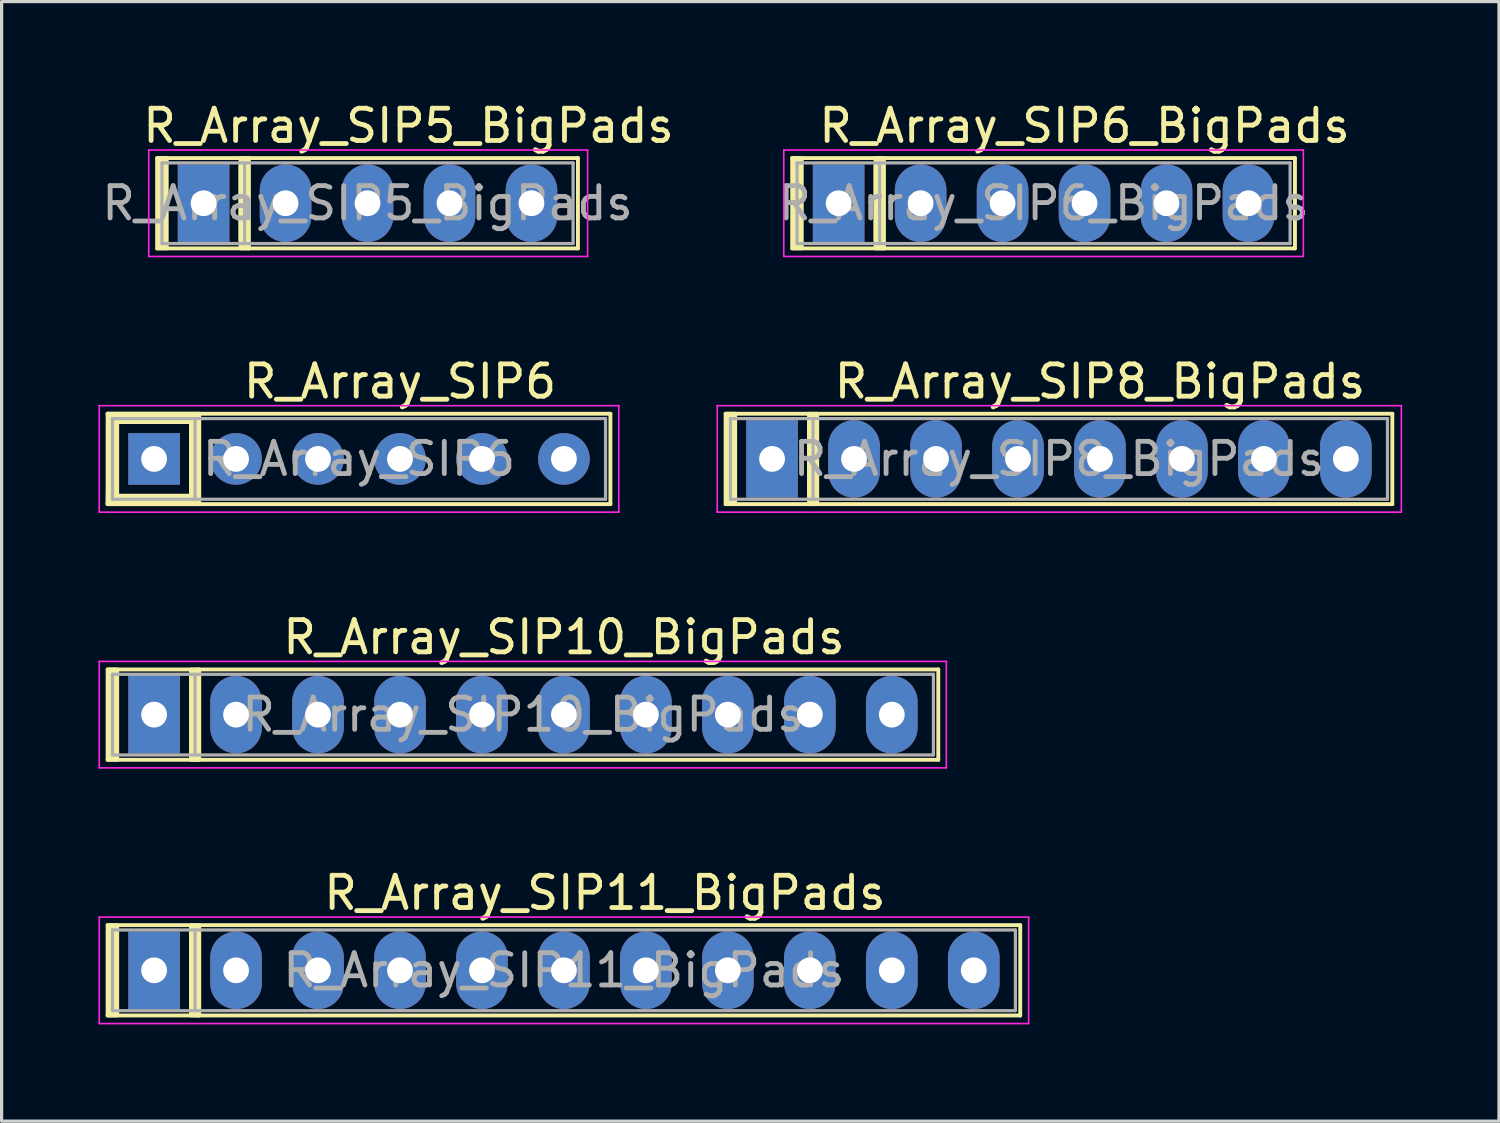
<source format=kicad_pcb>
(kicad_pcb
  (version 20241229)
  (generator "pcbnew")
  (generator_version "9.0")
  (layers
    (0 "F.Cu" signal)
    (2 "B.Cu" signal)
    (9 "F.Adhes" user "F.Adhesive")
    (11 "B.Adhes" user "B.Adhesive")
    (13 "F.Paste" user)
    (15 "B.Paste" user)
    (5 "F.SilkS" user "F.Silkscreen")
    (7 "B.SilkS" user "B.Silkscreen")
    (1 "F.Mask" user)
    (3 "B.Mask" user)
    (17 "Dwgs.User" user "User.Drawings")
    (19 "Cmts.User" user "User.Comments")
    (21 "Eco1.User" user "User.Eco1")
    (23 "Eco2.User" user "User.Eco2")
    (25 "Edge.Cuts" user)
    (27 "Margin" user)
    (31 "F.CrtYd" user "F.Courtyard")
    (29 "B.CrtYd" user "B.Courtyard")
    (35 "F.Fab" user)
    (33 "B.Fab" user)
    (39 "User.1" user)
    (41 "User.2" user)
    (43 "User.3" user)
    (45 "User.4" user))
  (footprint "R_Array_SIP6_BigPads"
    (layer "F.Cu")
    (at 22.938 3.248)
    (property "Reference" "R_Array_SIP6_BigPads" (at 7.62 -2.4 0) (layer "F.SilkS") (effects (font (size 1 1) (thickness 0.15))))
    (attr through_hole)
    (fp_line (start -1.44 -1.4) (end -1.44 1.4) (stroke (width 0.12) (type solid)) (layer "F.SilkS"))
    (fp_line (start -1.44 1.4) (end 14.14 1.4) (stroke (width 0.12) (type solid)) (layer "F.SilkS"))
    (fp_line (start 1.143 -1.143) (end 1.143 1.143) (stroke (width 0.12) (type solid)) (layer "F.SilkS"))
    (fp_line (start 1.397 -1.4) (end 1.397 1.4) (stroke (width 0.12) (type solid)) (layer "F.SilkS"))
    (fp_line (start 14.14 -1.4) (end -1.44 -1.4) (stroke (width 0.12) (type solid)) (layer "F.SilkS"))
    (fp_line (start 14.14 1.4) (end 14.14 -1.4) (stroke (width 0.12) (type solid)) (layer "F.SilkS"))
    (fp_rect (start -1.397 -1.4) (end -1.143 1.397) (stroke (width 0.12) (type solid)) (fill yes) (layer "F.SilkS"))
    (fp_rect (start 1.143 -1.397) (end 1.397 1.4) (stroke (width 0.12) (type solid)) (fill yes) (layer "F.SilkS"))
    (fp_line (start -1.7 -1.65) (end -1.7 1.65) (stroke (width 0.05) (type solid)) (layer "F.CrtYd"))
    (fp_line (start -1.7 1.65) (end 14.4 1.65) (stroke (width 0.05) (type solid)) (layer "F.CrtYd"))
    (fp_line (start 14.4 -1.65) (end -1.7 -1.65) (stroke (width 0.05) (type solid)) (layer "F.CrtYd"))
    (fp_line (start 14.4 1.65) (end 14.4 -1.65) (stroke (width 0.05) (type solid)) (layer "F.CrtYd"))
    (fp_line (start -1.29 -1.25) (end -1.29 1.25) (stroke (width 0.1) (type solid)) (layer "F.Fab"))
    (fp_line (start -1.29 1.25) (end 13.99 1.25) (stroke (width 0.1) (type solid)) (layer "F.Fab"))
    (fp_line (start 1.27 -1.25) (end 1.27 1.25) (stroke (width 0.1) (type solid)) (layer "F.Fab"))
    (fp_line (start 13.99 -1.25) (end -1.29 -1.25) (stroke (width 0.1) (type solid)) (layer "F.Fab"))
    (fp_line (start 13.99 1.25) (end 13.99 -1.25) (stroke (width 0.1) (type solid)) (layer "F.Fab"))
    (fp_text user "${REFERENCE}" (at 6.35 0 0) (layer "F.Fab") (effects (font (size 1 1) (thickness 0.15))))
    (pad "1" thru_hole rect (at 0 0) (size 1.6 2.4) (drill 0.8) (layers "*.Cu" "*.Mask"))
    (pad "2" thru_hole oval (at 2.54 0) (size 1.6 2.4) (drill 0.8) (layers "*.Cu" "*.Mask"))
    (pad "3" thru_hole oval (at 5.08 0) (size 1.6 2.4) (drill 0.8) (layers "*.Cu" "*.Mask"))
    (pad "4" thru_hole oval (at 7.62 0) (size 1.6 2.4) (drill 0.8) (layers "*.Cu" "*.Mask"))
    (pad "5" thru_hole oval (at 10.16 0) (size 1.6 2.4) (drill 0.8) (layers "*.Cu" "*.Mask"))
    (pad "6" thru_hole oval (at 12.7 0) (size 1.6 2.4) (drill 0.8) (layers "*.Cu" "*.Mask")))
  (footprint "R_Array_SIP8_BigPads"
    (layer "F.Cu")
    (at 20.875 11.171)
    (property "Reference" "R_Array_SIP8_BigPads" (at 10.16 -2.4 0) (layer "F.SilkS") (effects (font (size 1 1) (thickness 0.15))))
    (attr through_hole)
    (fp_line (start -1.44 -1.4) (end -1.44 1.4) (stroke (width 0.12) (type solid)) (layer "F.SilkS"))
    (fp_line (start -1.44 1.4) (end 19.22 1.4) (stroke (width 0.12) (type solid)) (layer "F.SilkS"))
    (fp_line (start 1.143 -1.143) (end 1.143 1.143) (stroke (width 0.12) (type solid)) (layer "F.SilkS"))
    (fp_line (start 1.397 -1.4) (end 1.397 1.4) (stroke (width 0.12) (type solid)) (layer "F.SilkS"))
    (fp_line (start 19.22 -1.4) (end -1.44 -1.4) (stroke (width 0.12) (type solid)) (layer "F.SilkS"))
    (fp_line (start 19.22 1.4) (end 19.22 -1.4) (stroke (width 0.12) (type solid)) (layer "F.SilkS"))
    (fp_rect (start -1.397 -1.4) (end -1.143 1.397) (stroke (width 0.12) (type solid)) (fill yes) (layer "F.SilkS"))
    (fp_rect (start 1.143 -1.397) (end 1.397 1.4) (stroke (width 0.12) (type solid)) (fill yes) (layer "F.SilkS"))
    (fp_line (start -1.7 -1.65) (end -1.7 1.65) (stroke (width 0.05) (type solid)) (layer "F.CrtYd"))
    (fp_line (start -1.7 1.65) (end 19.5 1.65) (stroke (width 0.05) (type solid)) (layer "F.CrtYd"))
    (fp_line (start 19.5 -1.65) (end -1.7 -1.65) (stroke (width 0.05) (type solid)) (layer "F.CrtYd"))
    (fp_line (start 19.5 1.65) (end 19.5 -1.65) (stroke (width 0.05) (type solid)) (layer "F.CrtYd"))
    (fp_line (start -1.29 -1.25) (end -1.29 1.25) (stroke (width 0.1) (type solid)) (layer "F.Fab"))
    (fp_line (start -1.29 1.25) (end 19.07 1.25) (stroke (width 0.1) (type solid)) (layer "F.Fab"))
    (fp_line (start 1.27 -1.25) (end 1.27 1.25) (stroke (width 0.1) (type solid)) (layer "F.Fab"))
    (fp_line (start 19.07 -1.25) (end -1.29 -1.25) (stroke (width 0.1) (type solid)) (layer "F.Fab"))
    (fp_line (start 19.07 1.25) (end 19.07 -1.25) (stroke (width 0.1) (type solid)) (layer "F.Fab"))
    (fp_text user "${REFERENCE}" (at 8.89 0 0) (layer "F.Fab") (effects (font (size 1 1) (thickness 0.15))))
    (pad "1" thru_hole rect (at 0 0) (size 1.6 2.4) (drill 0.8) (layers "*.Cu" "*.Mask"))
    (pad "2" thru_hole oval (at 2.54 0) (size 1.6 2.4) (drill 0.8) (layers "*.Cu" "*.Mask"))
    (pad "3" thru_hole oval (at 5.08 0) (size 1.6 2.4) (drill 0.8) (layers "*.Cu" "*.Mask"))
    (pad "4" thru_hole oval (at 7.62 0) (size 1.6 2.4) (drill 0.8) (layers "*.Cu" "*.Mask"))
    (pad "5" thru_hole oval (at 10.16 0) (size 1.6 2.4) (drill 0.8) (layers "*.Cu" "*.Mask"))
    (pad "6" thru_hole oval (at 12.7 0) (size 1.6 2.4) (drill 0.8) (layers "*.Cu" "*.Mask"))
    (pad "7" thru_hole oval (at 15.24 0) (size 1.6 2.4) (drill 0.8) (layers "*.Cu" "*.Mask"))
    (pad "8" thru_hole oval (at 17.78 0) (size 1.6 2.4) (drill 0.8) (layers "*.Cu" "*.Mask")))
  (footprint "R_Array_SIP5_BigPads"
    (layer "F.Cu")
    (at 3.259 3.248)
    (property "Reference" "R_Array_SIP5_BigPads" (at 6.35 -2.4 0) (layer "F.SilkS") (effects (font (size 1 1) (thickness 0.15))))
    (attr through_hole)
    (fp_line (start -1.44 -1.4) (end -1.44 1.4) (stroke (width 0.12) (type solid)) (layer "F.SilkS"))
    (fp_line (start -1.44 1.4) (end 11.6 1.4) (stroke (width 0.12) (type solid)) (layer "F.SilkS"))
    (fp_line (start 1.143 -1.143) (end 1.143 1.143) (stroke (width 0.12) (type solid)) (layer "F.SilkS"))
    (fp_line (start 1.397 -1.4) (end 1.397 1.4) (stroke (width 0.12) (type solid)) (layer "F.SilkS"))
    (fp_line (start 11.6 -1.4) (end -1.44 -1.4) (stroke (width 0.12) (type solid)) (layer "F.SilkS"))
    (fp_line (start 11.6 1.4) (end 11.6 -1.4) (stroke (width 0.12) (type solid)) (layer "F.SilkS"))
    (fp_rect (start -1.397 -1.4) (end -1.143 1.397) (stroke (width 0.12) (type solid)) (fill yes) (layer "F.SilkS"))
    (fp_rect (start 1.143 -1.397) (end 1.397 1.4) (stroke (width 0.12) (type solid)) (fill yes) (layer "F.SilkS"))
    (fp_line (start -1.7 -1.65) (end -1.7 1.65) (stroke (width 0.05) (type solid)) (layer "F.CrtYd"))
    (fp_line (start -1.7 1.65) (end 11.9 1.65) (stroke (width 0.05) (type solid)) (layer "F.CrtYd"))
    (fp_line (start 11.9 -1.65) (end -1.7 -1.65) (stroke (width 0.05) (type solid)) (layer "F.CrtYd"))
    (fp_line (start 11.9 1.65) (end 11.9 -1.65) (stroke (width 0.05) (type solid)) (layer "F.CrtYd"))
    (fp_line (start -1.29 -1.25) (end -1.29 1.25) (stroke (width 0.1) (type solid)) (layer "F.Fab"))
    (fp_line (start -1.29 1.25) (end 11.45 1.25) (stroke (width 0.1) (type solid)) (layer "F.Fab"))
    (fp_line (start 1.27 -1.25) (end 1.27 1.25) (stroke (width 0.1) (type solid)) (layer "F.Fab"))
    (fp_line (start 11.45 -1.25) (end -1.29 -1.25) (stroke (width 0.1) (type solid)) (layer "F.Fab"))
    (fp_line (start 11.45 1.25) (end 11.45 -1.25) (stroke (width 0.1) (type solid)) (layer "F.Fab"))
    (fp_text user "${REFERENCE}" (at 5.08 0 0) (layer "F.Fab") (effects (font (size 1 1) (thickness 0.15))))
    (pad "1" thru_hole rect (at 0 0) (size 1.6 2.4) (drill 0.8) (layers "*.Cu" "*.Mask"))
    (pad "2" thru_hole oval (at 2.54 0) (size 1.6 2.4) (drill 0.8) (layers "*.Cu" "*.Mask"))
    (pad "3" thru_hole oval (at 5.08 0) (size 1.6 2.4) (drill 0.8) (layers "*.Cu" "*.Mask"))
    (pad "4" thru_hole oval (at 7.62 0) (size 1.6 2.4) (drill 0.8) (layers "*.Cu" "*.Mask"))
    (pad "5" thru_hole oval (at 10.16 0) (size 1.6 2.4) (drill 0.8) (layers "*.Cu" "*.Mask")))
  (footprint "R_Array_SIP11_BigPads"
    (layer "F.Cu")
    (at 1.725 27.018)
    (property "Reference" "R_Array_SIP11_BigPads" (at 13.97 -2.4 0) (layer "F.SilkS") (effects (font (size 1 1) (thickness 0.15))))
    (attr through_hole)
    (fp_line (start -1.44 -1.4) (end -1.44 1.4) (stroke (width 0.12) (type solid)) (layer "F.SilkS"))
    (fp_line (start -1.44 1.4) (end 26.84 1.4) (stroke (width 0.12) (type solid)) (layer "F.SilkS"))
    (fp_line (start 1.143 -1.143) (end 1.143 1.143) (stroke (width 0.12) (type solid)) (layer "F.SilkS"))
    (fp_line (start 1.397 -1.4) (end 1.397 1.4) (stroke (width 0.12) (type solid)) (layer "F.SilkS"))
    (fp_line (start 26.84 -1.4) (end -1.44 -1.4) (stroke (width 0.12) (type solid)) (layer "F.SilkS"))
    (fp_line (start 26.84 1.4) (end 26.84 -1.4) (stroke (width 0.12) (type solid)) (layer "F.SilkS"))
    (fp_rect (start -1.397 -1.397) (end -1.143 1.4) (stroke (width 0.12) (type solid)) (fill yes) (layer "F.SilkS"))
    (fp_rect (start 1.143 -1.397) (end 1.397 1.4) (stroke (width 0.12) (type solid)) (fill yes) (layer "F.SilkS"))
    (fp_line (start -1.7 -1.65) (end -1.7 1.65) (stroke (width 0.05) (type solid)) (layer "F.CrtYd"))
    (fp_line (start -1.7 1.65) (end 27.1 1.65) (stroke (width 0.05) (type solid)) (layer "F.CrtYd"))
    (fp_line (start 27.1 -1.65) (end -1.7 -1.65) (stroke (width 0.05) (type solid)) (layer "F.CrtYd"))
    (fp_line (start 27.1 1.65) (end 27.1 -1.65) (stroke (width 0.05) (type solid)) (layer "F.CrtYd"))
    (fp_line (start -1.29 -1.25) (end -1.29 1.25) (stroke (width 0.1) (type solid)) (layer "F.Fab"))
    (fp_line (start -1.29 1.25) (end 26.69 1.25) (stroke (width 0.1) (type solid)) (layer "F.Fab"))
    (fp_line (start 1.27 -1.25) (end 1.27 1.25) (stroke (width 0.1) (type solid)) (layer "F.Fab"))
    (fp_line (start 26.69 -1.25) (end -1.29 -1.25) (stroke (width 0.1) (type solid)) (layer "F.Fab"))
    (fp_line (start 26.69 1.25) (end 26.69 -1.25) (stroke (width 0.1) (type solid)) (layer "F.Fab"))
    (fp_text user "${REFERENCE}" (at 12.7 0 0) (layer "F.Fab") (effects (font (size 1 1) (thickness 0.15))))
    (pad "1" thru_hole rect (at 0 0) (size 1.6 2.4) (drill 0.8) (layers "*.Cu" "*.Mask"))
    (pad "2" thru_hole oval (at 2.54 0) (size 1.6 2.4) (drill 0.8) (layers "*.Cu" "*.Mask"))
    (pad "3" thru_hole oval (at 5.08 0) (size 1.6 2.4) (drill 0.8) (layers "*.Cu" "*.Mask"))
    (pad "4" thru_hole oval (at 7.62 0) (size 1.6 2.4) (drill 0.8) (layers "*.Cu" "*.Mask"))
    (pad "5" thru_hole oval (at 10.16 0) (size 1.6 2.4) (drill 0.8) (layers "*.Cu" "*.Mask"))
    (pad "6" thru_hole oval (at 12.7 0) (size 1.6 2.4) (drill 0.8) (layers "*.Cu" "*.Mask"))
    (pad "7" thru_hole oval (at 15.24 0) (size 1.6 2.4) (drill 0.8) (layers "*.Cu" "*.Mask"))
    (pad "8" thru_hole oval (at 17.78 0) (size 1.6 2.4) (drill 0.8) (layers "*.Cu" "*.Mask"))
    (pad "9" thru_hole oval (at 20.32 0) (size 1.6 2.4) (drill 0.8) (layers "*.Cu" "*.Mask"))
    (pad "10" thru_hole oval (at 22.86 0) (size 1.6 2.4) (drill 0.8) (layers "*.Cu" "*.Mask"))
    (pad "11" thru_hole oval (at 25.4 0) (size 1.6 2.4) (drill 0.8) (layers "*.Cu" "*.Mask")))
  (footprint "R_Array_SIP10_BigPads"
    (layer "F.Cu")
    (at 1.725 19.095)
    (property "Reference" "R_Array_SIP10_BigPads" (at 12.7 -2.4 0) (layer "F.SilkS") (effects (font (size 1 1) (thickness 0.15))))
    (attr through_hole)
    (fp_line (start -1.44 -1.4) (end -1.44 1.4) (stroke (width 0.12) (type solid)) (layer "F.SilkS"))
    (fp_line (start -1.44 1.4) (end 24.3 1.4) (stroke (width 0.12) (type solid)) (layer "F.SilkS"))
    (fp_line (start 1.397 -1.4) (end 1.397 1.4) (stroke (width 0.12) (type solid)) (layer "F.SilkS"))
    (fp_line (start 24.3 -1.4) (end -1.44 -1.4) (stroke (width 0.12) (type solid)) (layer "F.SilkS"))
    (fp_line (start 24.3 1.4) (end 24.3 -1.4) (stroke (width 0.12) (type solid)) (layer "F.SilkS"))
    (fp_rect (start -1.397 -1.4) (end -1.143 1.397) (stroke (width 0.12) (type solid)) (fill yes) (layer "F.SilkS"))
    (fp_rect (start 1.143 -1.397) (end 1.397 1.4) (stroke (width 0.12) (type solid)) (fill yes) (layer "F.SilkS"))
    (fp_line (start -1.7 -1.65) (end -1.7 1.65) (stroke (width 0.05) (type solid)) (layer "F.CrtYd"))
    (fp_line (start -1.7 1.65) (end 24.55 1.65) (stroke (width 0.05) (type solid)) (layer "F.CrtYd"))
    (fp_line (start 24.55 -1.65) (end -1.7 -1.65) (stroke (width 0.05) (type solid)) (layer "F.CrtYd"))
    (fp_line (start 24.55 1.65) (end 24.55 -1.65) (stroke (width 0.05) (type solid)) (layer "F.CrtYd"))
    (fp_line (start -1.29 -1.25) (end -1.29 1.25) (stroke (width 0.1) (type solid)) (layer "F.Fab"))
    (fp_line (start -1.29 1.25) (end 24.15 1.25) (stroke (width 0.1) (type solid)) (layer "F.Fab"))
    (fp_line (start 1.27 -1.25) (end 1.27 1.25) (stroke (width 0.1) (type solid)) (layer "F.Fab"))
    (fp_line (start 24.15 -1.25) (end -1.29 -1.25) (stroke (width 0.1) (type solid)) (layer "F.Fab"))
    (fp_line (start 24.15 1.25) (end 24.15 -1.25) (stroke (width 0.1) (type solid)) (layer "F.Fab"))
    (fp_text user "${REFERENCE}" (at 11.43 0 0) (layer "F.Fab") (effects (font (size 1 1) (thickness 0.15))))
    (pad "1" thru_hole rect (at 0 0) (size 1.6 2.4) (drill 0.8) (layers "*.Cu" "*.Mask"))
    (pad "2" thru_hole oval (at 2.54 0) (size 1.6 2.4) (drill 0.8) (layers "*.Cu" "*.Mask"))
    (pad "3" thru_hole oval (at 5.08 0) (size 1.6 2.4) (drill 0.8) (layers "*.Cu" "*.Mask"))
    (pad "4" thru_hole oval (at 7.62 0) (size 1.6 2.4) (drill 0.8) (layers "*.Cu" "*.Mask"))
    (pad "5" thru_hole oval (at 10.16 0) (size 1.6 2.4) (drill 0.8) (layers "*.Cu" "*.Mask"))
    (pad "6" thru_hole oval (at 12.7 0) (size 1.6 2.4) (drill 0.8) (layers "*.Cu" "*.Mask"))
    (pad "7" thru_hole oval (at 15.24 0) (size 1.6 2.4) (drill 0.8) (layers "*.Cu" "*.Mask"))
    (pad "8" thru_hole oval (at 17.78 0) (size 1.6 2.4) (drill 0.8) (layers "*.Cu" "*.Mask"))
    (pad "9" thru_hole oval (at 20.32 0) (size 1.6 2.4) (drill 0.8) (layers "*.Cu" "*.Mask"))
    (pad "10" thru_hole oval (at 22.86 0) (size 1.6 2.4) (drill 0.8) (layers "*.Cu" "*.Mask")))
  (footprint "R_Array_SIP6"
    (layer "F.Cu")
    (at 1.725 11.171)
    (property "Reference" "R_Array_SIP6" (at 7.62 -2.4 0) (layer "F.SilkS") (effects (font (size 1 1) (thickness 0.15))))
    (attr through_hole)
    (fp_line (start -1.44 -1.4) (end -1.44 1.4) (stroke (width 0.12) (type solid)) (layer "F.SilkS"))
    (fp_line (start -1.44 1.4) (end 14.14 1.4) (stroke (width 0.12) (type solid)) (layer "F.SilkS"))
    (fp_line (start 1.143 -1.143) (end 1.143 1.143) (stroke (width 0.12) (type solid)) (layer "F.SilkS"))
    (fp_line (start 1.143 1.143) (end -1.143 1.143) (stroke (width 0.12) (type solid)) (layer "F.SilkS"))
    (fp_line (start 1.27 -1.4) (end 1.27 1.4) (stroke (width 0.12) (type solid)) (layer "F.SilkS"))
    (fp_line (start 1.397 -1.4) (end 1.397 1.4) (stroke (width 0.12) (type solid)) (layer "F.SilkS"))
    (fp_line (start 14.14 -1.4) (end -1.44 -1.4) (stroke (width 0.12) (type solid)) (layer "F.SilkS"))
    (fp_line (start 14.14 1.4) (end 14.14 -1.4) (stroke (width 0.12) (type solid)) (layer "F.SilkS"))
    (fp_poly (pts (xy -1.143 1.143) (xy 1.143 1.143) (xy 1.143 1.4) (xy -1.44 1.4) (xy -1.397 -1.143) (xy -1.143 -1.143)) (stroke (width 0.12) (type solid)) (fill yes) (layer "F.SilkS"))
    (fp_poly (pts (xy 1.397 1.4) (xy 1.143 1.4) (xy 1.143 -1.143) (xy -1.397 -1.143) (xy -1.44 -1.4) (xy 1.397 -1.4)) (stroke (width 0.12) (type solid)) (fill yes) (layer "F.SilkS"))
    (fp_line (start -1.7 -1.65) (end -1.7 1.65) (stroke (width 0.05) (type solid)) (layer "F.CrtYd"))
    (fp_line (start -1.7 1.65) (end 14.4 1.65) (stroke (width 0.05) (type solid)) (layer "F.CrtYd"))
    (fp_line (start 14.4 -1.65) (end -1.7 -1.65) (stroke (width 0.05) (type solid)) (layer "F.CrtYd"))
    (fp_line (start 14.4 1.65) (end 14.4 -1.65) (stroke (width 0.05) (type solid)) (layer "F.CrtYd"))
    (fp_line (start -1.29 -1.25) (end -1.29 1.25) (stroke (width 0.1) (type solid)) (layer "F.Fab"))
    (fp_line (start -1.29 1.25) (end 13.99 1.25) (stroke (width 0.1) (type solid)) (layer "F.Fab"))
    (fp_line (start 1.27 -1.25) (end 1.27 1.25) (stroke (width 0.1) (type solid)) (layer "F.Fab"))
    (fp_line (start 13.99 -1.25) (end -1.29 -1.25) (stroke (width 0.1) (type solid)) (layer "F.Fab"))
    (fp_line (start 13.99 1.25) (end 13.99 -1.25) (stroke (width 0.1) (type solid)) (layer "F.Fab"))
    (fp_text user "${REFERENCE}" (at 6.35 0 0) (layer "F.Fab") (effects (font (size 1 1) (thickness 0.15))))
    (pad "1" thru_hole rect (at 0 0) (size 1.6 1.6) (drill 0.8) (layers "*.Cu" "*.Mask"))
    (pad "2" thru_hole oval (at 2.54 0) (size 1.6 1.6) (drill 0.8) (layers "*.Cu" "*.Mask"))
    (pad "3" thru_hole oval (at 5.08 0) (size 1.6 1.6) (drill 0.8) (layers "*.Cu" "*.Mask"))
    (pad "4" thru_hole oval (at 7.62 0) (size 1.6 1.6) (drill 0.8) (layers "*.Cu" "*.Mask"))
    (pad "5" thru_hole oval (at 10.16 0) (size 1.6 1.6) (drill 0.8) (layers "*.Cu" "*.Mask"))
    (pad "6" thru_hole oval (at 12.7 0) (size 1.6 1.6) (drill 0.8) (layers "*.Cu" "*.Mask")))
  (gr_rect
    (start -3 -3)
    (end 43.4 31.693)
    (stroke (width 0.1) (type default))
    (fill no)
    (layer "Edge.Cuts")))
</source>
